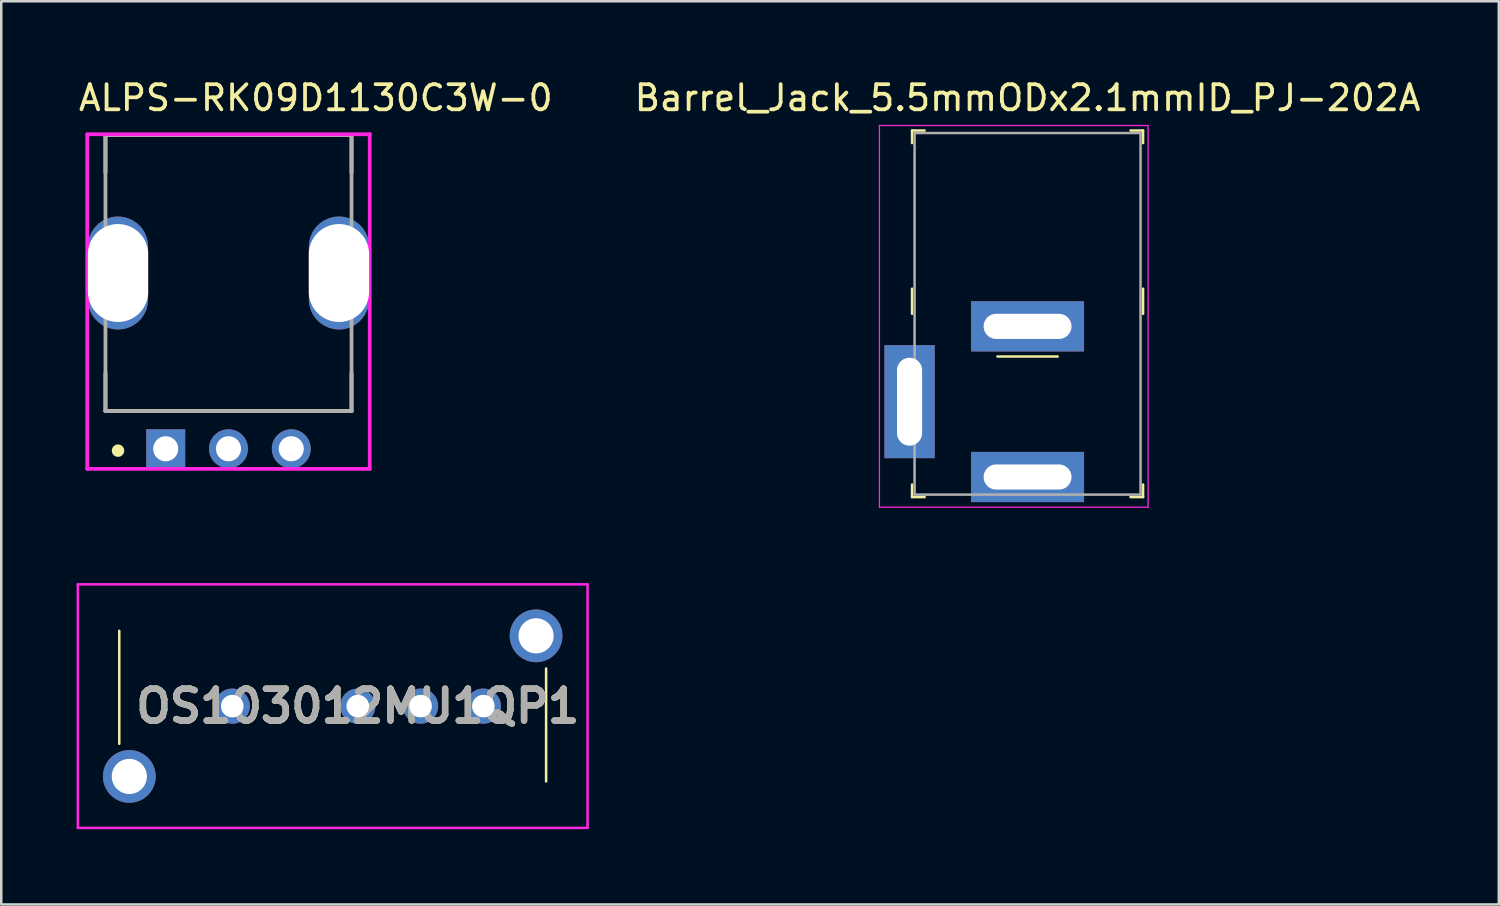
<source format=kicad_pcb>
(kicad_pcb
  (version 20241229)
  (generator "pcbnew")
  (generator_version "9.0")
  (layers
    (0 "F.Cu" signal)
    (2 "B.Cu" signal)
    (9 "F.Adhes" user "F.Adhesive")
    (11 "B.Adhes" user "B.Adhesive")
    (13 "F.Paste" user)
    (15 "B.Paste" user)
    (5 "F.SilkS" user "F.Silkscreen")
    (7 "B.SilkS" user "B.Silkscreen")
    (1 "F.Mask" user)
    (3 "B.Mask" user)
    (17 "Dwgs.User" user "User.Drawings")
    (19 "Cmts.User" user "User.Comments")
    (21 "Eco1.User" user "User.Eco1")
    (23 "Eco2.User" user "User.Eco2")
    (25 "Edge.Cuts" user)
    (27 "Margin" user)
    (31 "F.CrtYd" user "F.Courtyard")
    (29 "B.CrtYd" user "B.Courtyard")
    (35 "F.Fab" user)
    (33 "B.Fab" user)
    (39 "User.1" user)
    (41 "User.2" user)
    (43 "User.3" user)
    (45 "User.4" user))
  (footprint "ALPS-RK09D1130C3W-0"
    (layer "F.Cu")
    (at 6.05 7.823)
    (property "Reference" "ALPS-RK09D1130C3W-0" (at -6.05 -6.975 0) (layer "F.SilkS") (effects (font (size 1 1) (thickness 0.15)) (justify left)))
    (attr through_hole)
    (fp_line (start -4.9 -5.5) (end -4.9 -4) (stroke (width 0.15) (type solid)) (layer "F.SilkS"))
    (fp_line (start -4.9 -5.5) (end 4.9 -5.5) (stroke (width 0.15) (type solid)) (layer "F.SilkS"))
    (fp_line (start -4.9 4) (end -4.9 5.5) (stroke (width 0.15) (type solid)) (layer "F.SilkS"))
    (fp_line (start 4.9 -5.5) (end 4.9 -4) (stroke (width 0.15) (type solid)) (layer "F.SilkS"))
    (fp_line (start 4.9 4) (end 4.9 5.5) (stroke (width 0.15) (type solid)) (layer "F.SilkS"))
    (fp_line (start 4.9 5.5) (end -4.9 5.5) (stroke (width 0.15) (type solid)) (layer "F.SilkS"))
    (fp_circle (center -4.4 7.075) (end -4.275 7.075) (stroke (width 0.25) (type solid)) (fill no) (layer "F.SilkS"))
    (fp_line (start -5.625 -5.525) (end -5.625 7.8) (stroke (width 0.15) (type solid)) (layer "F.CrtYd"))
    (fp_line (start -5.625 7.8) (end 5.625 7.8) (stroke (width 0.15) (type solid)) (layer "F.CrtYd"))
    (fp_line (start 5.625 -5.525) (end -5.625 -5.525) (stroke (width 0.15) (type solid)) (layer "F.CrtYd"))
    (fp_line (start 5.625 -5.525) (end 5.625 -5.525) (stroke (width 0.15) (type solid)) (layer "F.CrtYd"))
    (fp_line (start 5.625 7.8) (end 5.625 -5.525) (stroke (width 0.15) (type solid)) (layer "F.CrtYd"))
    (fp_line (start -4.9 -5.5) (end 4.9 -5.5) (stroke (width 0.15) (type solid)) (layer "F.Fab"))
    (fp_line (start -4.9 5.5) (end -4.9 -5.5) (stroke (width 0.15) (type solid)) (layer "F.Fab"))
    (fp_line (start 4.9 -5.5) (end 4.9 5.5) (stroke (width 0.15) (type solid)) (layer "F.Fab"))
    (fp_line (start 4.9 5.5) (end -4.9 5.5) (stroke (width 0.15) (type solid)) (layer "F.Fab"))
    (pad "1" thru_hole rect (at -2.5 7) (size 1.55 1.55) (drill 1) (layers "*.Cu"))
    (pad "2" thru_hole circle (at 0 7) (size 1.55 1.55) (drill 1) (layers "*.Cu"))
    (pad "3" thru_hole circle (at 2.5 7) (size 1.55 1.55) (drill 1) (layers "*.Cu"))
    (pad "4" thru_hole roundrect (at -4.4 0) (size 2.4 4.5) (drill oval 3.9) (layers "*.Cu") (roundrect_rratio 0.5))
    (pad "5" thru_hole roundrect (at 4.4 0) (size 2.4 4.5) (drill oval 3.9) (layers "*.Cu") (roundrect_rratio 0.5)))
  (footprint "OS103012MU1QP1"
    (layer "F.Cu")
    (at 6.2 25.073)
    (property "Reference" "OS103012MU1QP1" (at 5 0 0) (layer "F.SilkS") (effects (font (size 1.27 1.27) (thickness 0.254))))
    (attr through_hole)
    (fp_line (start -4.5 1.5) (end -4.5 -3) (stroke (width 0.1) (type solid)) (layer "F.SilkS"))
    (fp_line (start 12.5 3) (end 12.5 -1.5) (stroke (width 0.1) (type solid)) (layer "F.SilkS"))
    (fp_line (start -6.15 -4.85) (end 14.15 -4.85) (stroke (width 0.1) (type solid)) (layer "F.CrtYd"))
    (fp_line (start -6.15 4.85) (end -6.15 -4.85) (stroke (width 0.1) (type solid)) (layer "F.CrtYd"))
    (fp_line (start 14.15 -4.85) (end 14.15 4.85) (stroke (width 0.1) (type solid)) (layer "F.CrtYd"))
    (fp_line (start 14.15 4.85) (end -6.15 4.85) (stroke (width 0.1) (type solid)) (layer "F.CrtYd"))
    (fp_text user "${REFERENCE}" (at 5 0 0) (layer "F.Fab") (effects (font (size 1.27 1.27) (thickness 0.254))))
    (pad "1" thru_hole circle (at 0 0) (size 1.4 1.4) (drill 0.9) (layers "*.Cu" "*.Mask"))
    (pad "2" thru_hole circle (at 5 0) (size 1.4 1.4) (drill 0.9) (layers "*.Cu" "*.Mask"))
    (pad "3" thru_hole circle (at 7.5 0) (size 1.4 1.4) (drill 0.9) (layers "*.Cu" "*.Mask"))
    (pad "4" thru_hole circle (at 10 0) (size 1.4 1.4) (drill 0.9) (layers "*.Cu" "*.Mask"))
    (pad "MH1" thru_hole circle (at -4.1 2.8) (size 2.1 2.1) (drill 1.4) (layers "*.Cu" "*.Mask"))
    (pad "MH2" thru_hole circle (at 12.1 -2.8) (size 2.1 2.1) (drill 1.4) (layers "*.Cu" "*.Mask")))
  (footprint "Barrel_Jack_5.5mmODx2.1mmID_PJ-202A"
    (layer "F.Cu")
    (at 37.875 12.948)
    (property "Reference" "Barrel_Jack_5.5mmODx2.1mmID_PJ-202A" (at 0 -12.1 0) (layer "F.SilkS") (effects (font (size 1 1) (thickness 0.15))))
    (attr through_hole)
    (fp_line (start -4.6 -10.8) (end -4.6 -10.3) (stroke (width 0.1) (type solid)) (layer "F.SilkS"))
    (fp_line (start -4.6 -10.8) (end -4.1 -10.8) (stroke (width 0.1) (type solid)) (layer "F.SilkS"))
    (fp_line (start -4.6 -3.5) (end -4.6 -4.5) (stroke (width 0.1) (type solid)) (layer "F.SilkS"))
    (fp_line (start -4.6 3.8) (end -4.6 3.3) (stroke (width 0.1) (type solid)) (layer "F.SilkS"))
    (fp_line (start -4.6 3.8) (end -4.1 3.8) (stroke (width 0.1) (type solid)) (layer "F.SilkS"))
    (fp_line (start -1.2 -1.8) (end 1.2 -1.8) (stroke (width 0.1) (type solid)) (layer "F.SilkS"))
    (fp_line (start 4.6 -10.8) (end 4.1 -10.8) (stroke (width 0.1) (type solid)) (layer "F.SilkS"))
    (fp_line (start 4.6 -10.8) (end 4.6 -10.3) (stroke (width 0.1) (type solid)) (layer "F.SilkS"))
    (fp_line (start 4.6 -3.5) (end 4.6 -4.5) (stroke (width 0.1) (type solid)) (layer "F.SilkS"))
    (fp_line (start 4.6 3.8) (end 4.1 3.8) (stroke (width 0.1) (type solid)) (layer "F.SilkS"))
    (fp_line (start 4.6 3.8) (end 4.6 3.3) (stroke (width 0.1) (type solid)) (layer "F.SilkS"))
    (fp_line (start -5.9 -11) (end -5.9 4.2) (stroke (width 0.05) (type solid)) (layer "F.CrtYd"))
    (fp_line (start -5.9 -11) (end 4.8 -11) (stroke (width 0.05) (type solid)) (layer "F.CrtYd"))
    (fp_line (start -5.9 4.2) (end 4.8 4.2) (stroke (width 0.05) (type solid)) (layer "F.CrtYd"))
    (fp_line (start 4.8 -11) (end 4.8 4.2) (stroke (width 0.05) (type solid)) (layer "F.CrtYd"))
    (fp_line (start -4.5 -10.7) (end 4.5 -10.7) (stroke (width 0.1) (type solid)) (layer "F.Fab"))
    (fp_line (start -4.5 3.7) (end -4.5 -10.7) (stroke (width 0.1) (type solid)) (layer "F.Fab"))
    (fp_line (start -4.5 3.7) (end 4.5 3.7) (stroke (width 0.1) (type solid)) (layer "F.Fab"))
    (fp_line (start 4.5 3.7) (end 4.5 -10.7) (stroke (width 0.1) (type solid)) (layer "F.Fab"))
    (pad "1" thru_hole rect (at 0 3) (size 4.5 2) (drill oval 3.5 1) (layers "*.Cu" "*.Mask"))
    (pad "2" thru_hole rect (at 0 -3) (size 4.5 2) (drill oval 3.5 1) (layers "*.Cu" "*.Mask"))
    (pad "3" thru_hole rect (at -4.7 0) (size 2 4.5) (drill oval 1 3.5) (layers "*.Cu" "*.Mask")))
  (gr_rect
    (start -3 -3)
    (end 56.643 32.973)
    (stroke (width 0.1) (type default))
    (fill no)
    (layer "Edge.Cuts")))
</source>
